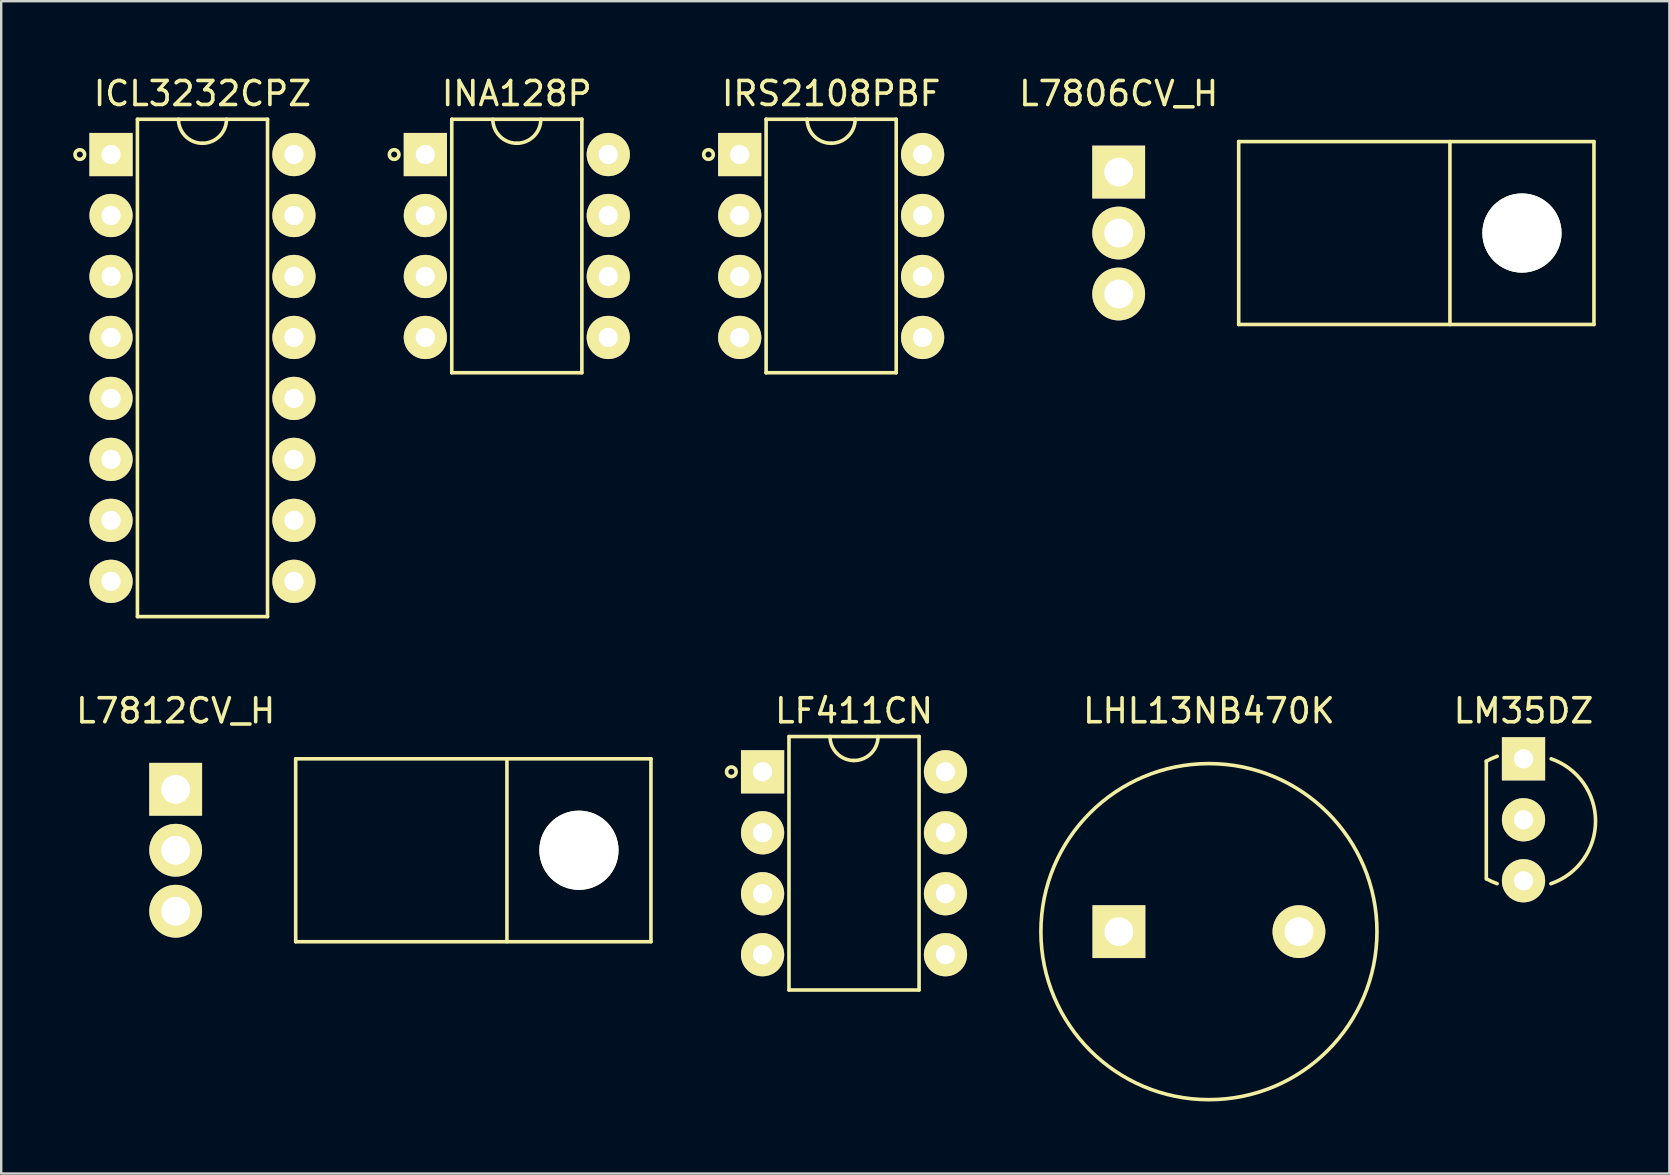
<source format=kicad_pcb>
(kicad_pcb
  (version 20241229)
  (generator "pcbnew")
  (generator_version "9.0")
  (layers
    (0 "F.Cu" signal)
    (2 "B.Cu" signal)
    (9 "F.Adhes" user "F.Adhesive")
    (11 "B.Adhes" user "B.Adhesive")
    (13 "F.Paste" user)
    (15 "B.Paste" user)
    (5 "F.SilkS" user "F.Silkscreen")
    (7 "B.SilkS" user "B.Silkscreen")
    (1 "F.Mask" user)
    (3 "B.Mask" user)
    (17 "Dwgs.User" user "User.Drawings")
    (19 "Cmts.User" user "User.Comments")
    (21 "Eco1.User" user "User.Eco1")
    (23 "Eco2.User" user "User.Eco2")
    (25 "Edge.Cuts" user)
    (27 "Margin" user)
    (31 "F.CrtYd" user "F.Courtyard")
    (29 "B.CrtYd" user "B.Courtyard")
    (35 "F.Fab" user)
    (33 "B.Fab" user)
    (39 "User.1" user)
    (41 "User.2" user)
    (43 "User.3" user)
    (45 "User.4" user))
  (footprint "L7812CV_H"
    (layer "F.Cu")
    (at 4.268 29.831)
    (property "Reference" "L7812CV_H" (at 0 -3.27 0) (layer "F.SilkS") (effects (font (size 1 1) (thickness 0.15))))
    (attr through_hole)
    (fp_line (start 5 -1.27) (end 5 6.35) (stroke (width 0.15) (type solid)) (layer "F.SilkS"))
    (fp_line (start 5 -1.27) (end 19.8 -1.27) (stroke (width 0.15) (type solid)) (layer "F.SilkS"))
    (fp_line (start 5 6.35) (end 19.8 6.35) (stroke (width 0.15) (type solid)) (layer "F.SilkS"))
    (fp_line (start 13.8 -1.27) (end 13.8 6.35) (stroke (width 0.15) (type solid)) (layer "F.SilkS"))
    (fp_line (start 19.8 -1.27) (end 19.8 6.35) (stroke (width 0.15) (type solid)) (layer "F.SilkS"))
    (pad "" np_thru_hole circle (at 16.8 2.54) (size 3.3 3.3) (drill 3.3) (layers "*.Cu" "*.Mask" "F.SilkS"))
    (pad "1" thru_hole rect (at 0 0) (size 2.2 2.2) (drill 1.2) (layers "*.Cu" "*.Mask" "F.SilkS"))
    (pad "2" thru_hole circle (at 0 2.54) (size 2.2 2.2) (drill 1.2) (layers "*.Cu" "*.Mask" "F.SilkS"))
    (pad "3" thru_hole circle (at 0 5.08) (size 2.2 2.2) (drill 1.2) (layers "*.Cu" "*.Mask" "F.SilkS")))
  (footprint "LM35DZ"
    (layer "F.Cu")
    (at 60.418 28.561)
    (property "Reference" "LM35DZ" (at 0 -2 0) (layer "F.SilkS") (effects (font (size 1 1) (thickness 0.15))))
    (attr through_hole)
    (fp_line (start -1.55 5) (end -1.55 0.1) (stroke (width 0.15) (type solid)) (layer "F.SilkS"))
    (fp_arc (start -1.55 0.1) (mid -1.326783 -0.012505) (end -1.09461 -0.105127) (stroke (width 0.15) (type solid)) (layer "F.SilkS"))
    (fp_arc (start -1.1 5.2) (mid -1.32318 5.111666) (end -1.537812 5.004217) (stroke (width 0.15) (type solid)) (layer "F.SilkS"))
    (fp_arc (start 1.15 0) (mid 3.00136 2.60449) (end 1.14151 5.202923) (stroke (width 0.15) (type solid)) (layer "F.SilkS"))
    (pad "1" thru_hole rect (at 0 0) (size 1.8 1.8) (drill 0.8) (layers "*.Cu" "*.Mask" "F.SilkS"))
    (pad "2" thru_hole circle (at 0 2.54) (size 1.8 1.8) (drill 0.8) (layers "*.Cu" "*.Mask" "F.SilkS"))
    (pad "3" thru_hole circle (at 0 5.08) (size 1.8 1.8) (drill 0.8) (layers "*.Cu" "*.Mask" "F.SilkS")))
  (footprint "LHL13NB470K"
    (layer "F.Cu")
    (at 43.563 35.761)
    (property "Reference" "LHL13NB470K" (at 3.75 -9.2 0) (layer "F.SilkS") (effects (font (size 1 1) (thickness 0.15))))
    (attr through_hole)
    (fp_circle (center 3.75 0) (end 3.75 -7) (stroke (width 0.15) (type solid)) (fill no) (layer "F.SilkS"))
    (pad "1" thru_hole rect (at 0 0) (size 2.2 2.2) (drill 1.2) (layers "*.Cu" "*.Mask" "F.SilkS"))
    (pad "2" thru_hole circle (at 7.5 0) (size 2.2 2.2) (drill 1.2) (layers "*.Cu" "*.Mask" "F.SilkS")))
  (footprint "L7806CV_H"
    (layer "F.Cu")
    (at 43.553 4.118)
    (property "Reference" "L7806CV_H" (at 0 -3.27 0) (layer "F.SilkS") (effects (font (size 1 1) (thickness 0.15))))
    (attr through_hole)
    (fp_line (start 5 -1.27) (end 5 6.35) (stroke (width 0.15) (type solid)) (layer "F.SilkS"))
    (fp_line (start 5 -1.27) (end 19.8 -1.27) (stroke (width 0.15) (type solid)) (layer "F.SilkS"))
    (fp_line (start 5 6.35) (end 19.8 6.35) (stroke (width 0.15) (type solid)) (layer "F.SilkS"))
    (fp_line (start 13.8 -1.27) (end 13.8 6.35) (stroke (width 0.15) (type solid)) (layer "F.SilkS"))
    (fp_line (start 19.8 -1.27) (end 19.8 6.35) (stroke (width 0.15) (type solid)) (layer "F.SilkS"))
    (pad "" np_thru_hole circle (at 16.8 2.54) (size 3.3 3.3) (drill 3.3) (layers "*.Cu" "*.Mask" "F.SilkS"))
    (pad "1" thru_hole rect (at 0 0) (size 2.2 2.2) (drill 1.2) (layers "*.Cu" "*.Mask" "F.SilkS"))
    (pad "2" thru_hole circle (at 0 2.54) (size 2.2 2.2) (drill 1.2) (layers "*.Cu" "*.Mask" "F.SilkS"))
    (pad "3" thru_hole circle (at 0 5.08) (size 2.2 2.2) (drill 1.2) (layers "*.Cu" "*.Mask" "F.SilkS")))
  (footprint "IRS2108PBF"
    (layer "F.Cu")
    (at 27.765 3.388)
    (property "Reference" "IRS2108PBF" (at 3.81 -2.54 0) (layer "F.SilkS") (effects (font (size 1 1) (thickness 0.15))))
    (attr through_hole)
    (fp_line (start 1.1 -1.47) (end 6.52 -1.47) (stroke (width 0.15) (type solid)) (layer "F.SilkS"))
    (fp_line (start 1.1 9.09) (end 1.1 -1.47) (stroke (width 0.15) (type solid)) (layer "F.SilkS"))
    (fp_line (start 6.52 -1.47) (end 6.52 9.09) (stroke (width 0.15) (type solid)) (layer "F.SilkS"))
    (fp_line (start 6.52 9.09) (end 1.1 9.09) (stroke (width 0.15) (type solid)) (layer "F.SilkS"))
    (fp_arc (start 3.81 -0.47) (mid 3.102893 -0.762893) (end 2.81 -1.47) (stroke (width 0.15) (type solid)) (layer "F.SilkS"))
    (fp_arc (start 4.81 -1.47) (mid 4.517107 -0.762893) (end 3.81 -0.47) (stroke (width 0.15) (type solid)) (layer "F.SilkS"))
    (fp_circle (center -1.3 0) (end -1.3 0.2) (stroke (width 0.15) (type solid)) (fill no) (layer "F.SilkS"))
    (pad "1" thru_hole rect (at 0 0) (size 1.8 1.8) (drill 0.8) (layers "*.Cu" "*.Mask" "F.SilkS"))
    (pad "2" thru_hole circle (at 0 2.54) (size 1.8 1.8) (drill 0.8) (layers "*.Cu" "*.Mask" "F.SilkS"))
    (pad "3" thru_hole circle (at 0 5.08) (size 1.8 1.8) (drill 0.8) (layers "*.Cu" "*.Mask" "F.SilkS"))
    (pad "4" thru_hole circle (at 0 7.62) (size 1.8 1.8) (drill 0.8) (layers "*.Cu" "*.Mask" "F.SilkS"))
    (pad "5" thru_hole circle (at 7.62 7.62) (size 1.8 1.8) (drill 0.8) (layers "*.Cu" "*.Mask" "F.SilkS"))
    (pad "6" thru_hole circle (at 7.62 5.08) (size 1.8 1.8) (drill 0.8) (layers "*.Cu" "*.Mask" "F.SilkS"))
    (pad "7" thru_hole circle (at 7.62 2.54) (size 1.8 1.8) (drill 0.8) (layers "*.Cu" "*.Mask" "F.SilkS"))
    (pad "8" thru_hole circle (at 7.62 0) (size 1.8 1.8) (drill 0.8) (layers "*.Cu" "*.Mask" "F.SilkS")))
  (footprint "INA128P"
    (layer "F.Cu")
    (at 14.67 3.388)
    (property "Reference" "INA128P" (at 3.81 -2.54 0) (layer "F.SilkS") (effects (font (size 1 1) (thickness 0.15))))
    (attr through_hole)
    (fp_line (start 1.1 -1.47) (end 6.52 -1.47) (stroke (width 0.15) (type solid)) (layer "F.SilkS"))
    (fp_line (start 1.1 9.09) (end 1.1 -1.47) (stroke (width 0.15) (type solid)) (layer "F.SilkS"))
    (fp_line (start 6.52 -1.47) (end 6.52 9.09) (stroke (width 0.15) (type solid)) (layer "F.SilkS"))
    (fp_line (start 6.52 9.09) (end 1.1 9.09) (stroke (width 0.15) (type solid)) (layer "F.SilkS"))
    (fp_arc (start 3.81 -0.47) (mid 3.102893 -0.762893) (end 2.81 -1.47) (stroke (width 0.15) (type solid)) (layer "F.SilkS"))
    (fp_arc (start 4.81 -1.47) (mid 4.517107 -0.762893) (end 3.81 -0.47) (stroke (width 0.15) (type solid)) (layer "F.SilkS"))
    (fp_circle (center -1.3 0) (end -1.3 0.2) (stroke (width 0.15) (type solid)) (fill no) (layer "F.SilkS"))
    (pad "1" thru_hole rect (at 0 0) (size 1.8 1.8) (drill 0.8) (layers "*.Cu" "*.Mask" "F.SilkS"))
    (pad "2" thru_hole circle (at 0 2.54) (size 1.8 1.8) (drill 0.8) (layers "*.Cu" "*.Mask" "F.SilkS"))
    (pad "3" thru_hole circle (at 0 5.08) (size 1.8 1.8) (drill 0.8) (layers "*.Cu" "*.Mask" "F.SilkS"))
    (pad "4" thru_hole circle (at 0 7.62) (size 1.8 1.8) (drill 0.8) (layers "*.Cu" "*.Mask" "F.SilkS"))
    (pad "5" thru_hole circle (at 7.62 7.62) (size 1.8 1.8) (drill 0.8) (layers "*.Cu" "*.Mask" "F.SilkS"))
    (pad "6" thru_hole circle (at 7.62 5.08) (size 1.8 1.8) (drill 0.8) (layers "*.Cu" "*.Mask" "F.SilkS"))
    (pad "7" thru_hole circle (at 7.62 2.54) (size 1.8 1.8) (drill 0.8) (layers "*.Cu" "*.Mask" "F.SilkS"))
    (pad "8" thru_hole circle (at 7.62 0) (size 1.8 1.8) (drill 0.8) (layers "*.Cu" "*.Mask" "F.SilkS")))
  (footprint "ICL3232CPZ"
    (layer "F.Cu")
    (at 1.575 3.388)
    (property "Reference" "ICL3232CPZ" (at 3.81 -2.54 0) (layer "F.SilkS") (effects (font (size 1 1) (thickness 0.15))))
    (attr through_hole)
    (fp_line (start 1.1 -1.47) (end 6.52 -1.47) (stroke (width 0.15) (type solid)) (layer "F.SilkS"))
    (fp_line (start 1.1 19.25) (end 1.1 -1.47) (stroke (width 0.15) (type solid)) (layer "F.SilkS"))
    (fp_line (start 6.52 -1.47) (end 6.52 19.25) (stroke (width 0.15) (type solid)) (layer "F.SilkS"))
    (fp_line (start 6.52 19.25) (end 1.1 19.25) (stroke (width 0.15) (type solid)) (layer "F.SilkS"))
    (fp_arc (start 3.81 -0.47) (mid 3.102893 -0.762893) (end 2.81 -1.47) (stroke (width 0.15) (type solid)) (layer "F.SilkS"))
    (fp_arc (start 4.81 -1.47) (mid 4.517107 -0.762893) (end 3.81 -0.47) (stroke (width 0.15) (type solid)) (layer "F.SilkS"))
    (fp_circle (center -1.3 0) (end -1.3 0.2) (stroke (width 0.15) (type solid)) (fill no) (layer "F.SilkS"))
    (pad "1" thru_hole rect (at 0 0) (size 1.8 1.8) (drill 0.8) (layers "*.Cu" "*.Mask" "F.SilkS"))
    (pad "2" thru_hole circle (at 0 2.54) (size 1.8 1.8) (drill 0.8) (layers "*.Cu" "*.Mask" "F.SilkS"))
    (pad "3" thru_hole circle (at 0 5.08) (size 1.8 1.8) (drill 0.8) (layers "*.Cu" "*.Mask" "F.SilkS"))
    (pad "4" thru_hole circle (at 0 7.62) (size 1.8 1.8) (drill 0.8) (layers "*.Cu" "*.Mask" "F.SilkS"))
    (pad "5" thru_hole circle (at 0 10.16) (size 1.8 1.8) (drill 0.8) (layers "*.Cu" "*.Mask" "F.SilkS"))
    (pad "6" thru_hole circle (at 0 12.7) (size 1.8 1.8) (drill 0.8) (layers "*.Cu" "*.Mask" "F.SilkS"))
    (pad "7" thru_hole circle (at 0 15.24) (size 1.8 1.8) (drill 0.8) (layers "*.Cu" "*.Mask" "F.SilkS"))
    (pad "8" thru_hole circle (at 0 17.78) (size 1.8 1.8) (drill 0.8) (layers "*.Cu" "*.Mask" "F.SilkS"))
    (pad "9" thru_hole circle (at 7.62 17.78) (size 1.8 1.8) (drill 0.8) (layers "*.Cu" "*.Mask" "F.SilkS"))
    (pad "10" thru_hole circle (at 7.62 15.24) (size 1.8 1.8) (drill 0.8) (layers "*.Cu" "*.Mask" "F.SilkS"))
    (pad "11" thru_hole circle (at 7.62 12.7) (size 1.8 1.8) (drill 0.8) (layers "*.Cu" "*.Mask" "F.SilkS"))
    (pad "12" thru_hole circle (at 7.62 10.16) (size 1.8 1.8) (drill 0.8) (layers "*.Cu" "*.Mask" "F.SilkS"))
    (pad "13" thru_hole circle (at 7.62 7.62) (size 1.8 1.8) (drill 0.8) (layers "*.Cu" "*.Mask" "F.SilkS"))
    (pad "14" thru_hole circle (at 7.62 5.08) (size 1.8 1.8) (drill 0.8) (layers "*.Cu" "*.Mask" "F.SilkS"))
    (pad "15" thru_hole circle (at 7.62 2.54) (size 1.8 1.8) (drill 0.8) (layers "*.Cu" "*.Mask" "F.SilkS"))
    (pad "16" thru_hole circle (at 7.62 0) (size 1.8 1.8) (drill 0.8) (layers "*.Cu" "*.Mask" "F.SilkS")))
  (footprint "LF411CN"
    (layer "F.Cu")
    (at 28.718 29.102)
    (property "Reference" "LF411CN" (at 3.81 -2.54 0) (layer "F.SilkS") (effects (font (size 1 1) (thickness 0.15))))
    (attr through_hole)
    (fp_line (start 1.1 -1.47) (end 6.52 -1.47) (stroke (width 0.15) (type solid)) (layer "F.SilkS"))
    (fp_line (start 1.1 9.09) (end 1.1 -1.47) (stroke (width 0.15) (type solid)) (layer "F.SilkS"))
    (fp_line (start 6.52 -1.47) (end 6.52 9.09) (stroke (width 0.15) (type solid)) (layer "F.SilkS"))
    (fp_line (start 6.52 9.09) (end 1.1 9.09) (stroke (width 0.15) (type solid)) (layer "F.SilkS"))
    (fp_arc (start 3.81 -0.47) (mid 3.102893 -0.762893) (end 2.81 -1.47) (stroke (width 0.15) (type solid)) (layer "F.SilkS"))
    (fp_arc (start 4.81 -1.47) (mid 4.517107 -0.762893) (end 3.81 -0.47) (stroke (width 0.15) (type solid)) (layer "F.SilkS"))
    (fp_circle (center -1.3 0) (end -1.3 0.2) (stroke (width 0.15) (type solid)) (fill no) (layer "F.SilkS"))
    (pad "1" thru_hole rect (at 0 0) (size 1.8 1.8) (drill 0.8) (layers "*.Cu" "*.Mask" "F.SilkS"))
    (pad "2" thru_hole circle (at 0 2.54) (size 1.8 1.8) (drill 0.8) (layers "*.Cu" "*.Mask" "F.SilkS"))
    (pad "3" thru_hole circle (at 0 5.08) (size 1.8 1.8) (drill 0.8) (layers "*.Cu" "*.Mask" "F.SilkS"))
    (pad "4" thru_hole circle (at 0 7.62) (size 1.8 1.8) (drill 0.8) (layers "*.Cu" "*.Mask" "F.SilkS"))
    (pad "5" thru_hole circle (at 7.62 7.62) (size 1.8 1.8) (drill 0.8) (layers "*.Cu" "*.Mask" "F.SilkS"))
    (pad "6" thru_hole circle (at 7.62 5.08) (size 1.8 1.8) (drill 0.8) (layers "*.Cu" "*.Mask" "F.SilkS"))
    (pad "7" thru_hole circle (at 7.62 2.54) (size 1.8 1.8) (drill 0.8) (layers "*.Cu" "*.Mask" "F.SilkS"))
    (pad "8" thru_hole circle (at 7.62 0) (size 1.8 1.8) (drill 0.8) (layers "*.Cu" "*.Mask" "F.SilkS")))
  (gr_rect
    (start -3 -3)
    (end 66.494 45.837)
    (stroke (width 0.1) (type default))
    (fill no)
    (layer "Edge.Cuts")))
</source>
